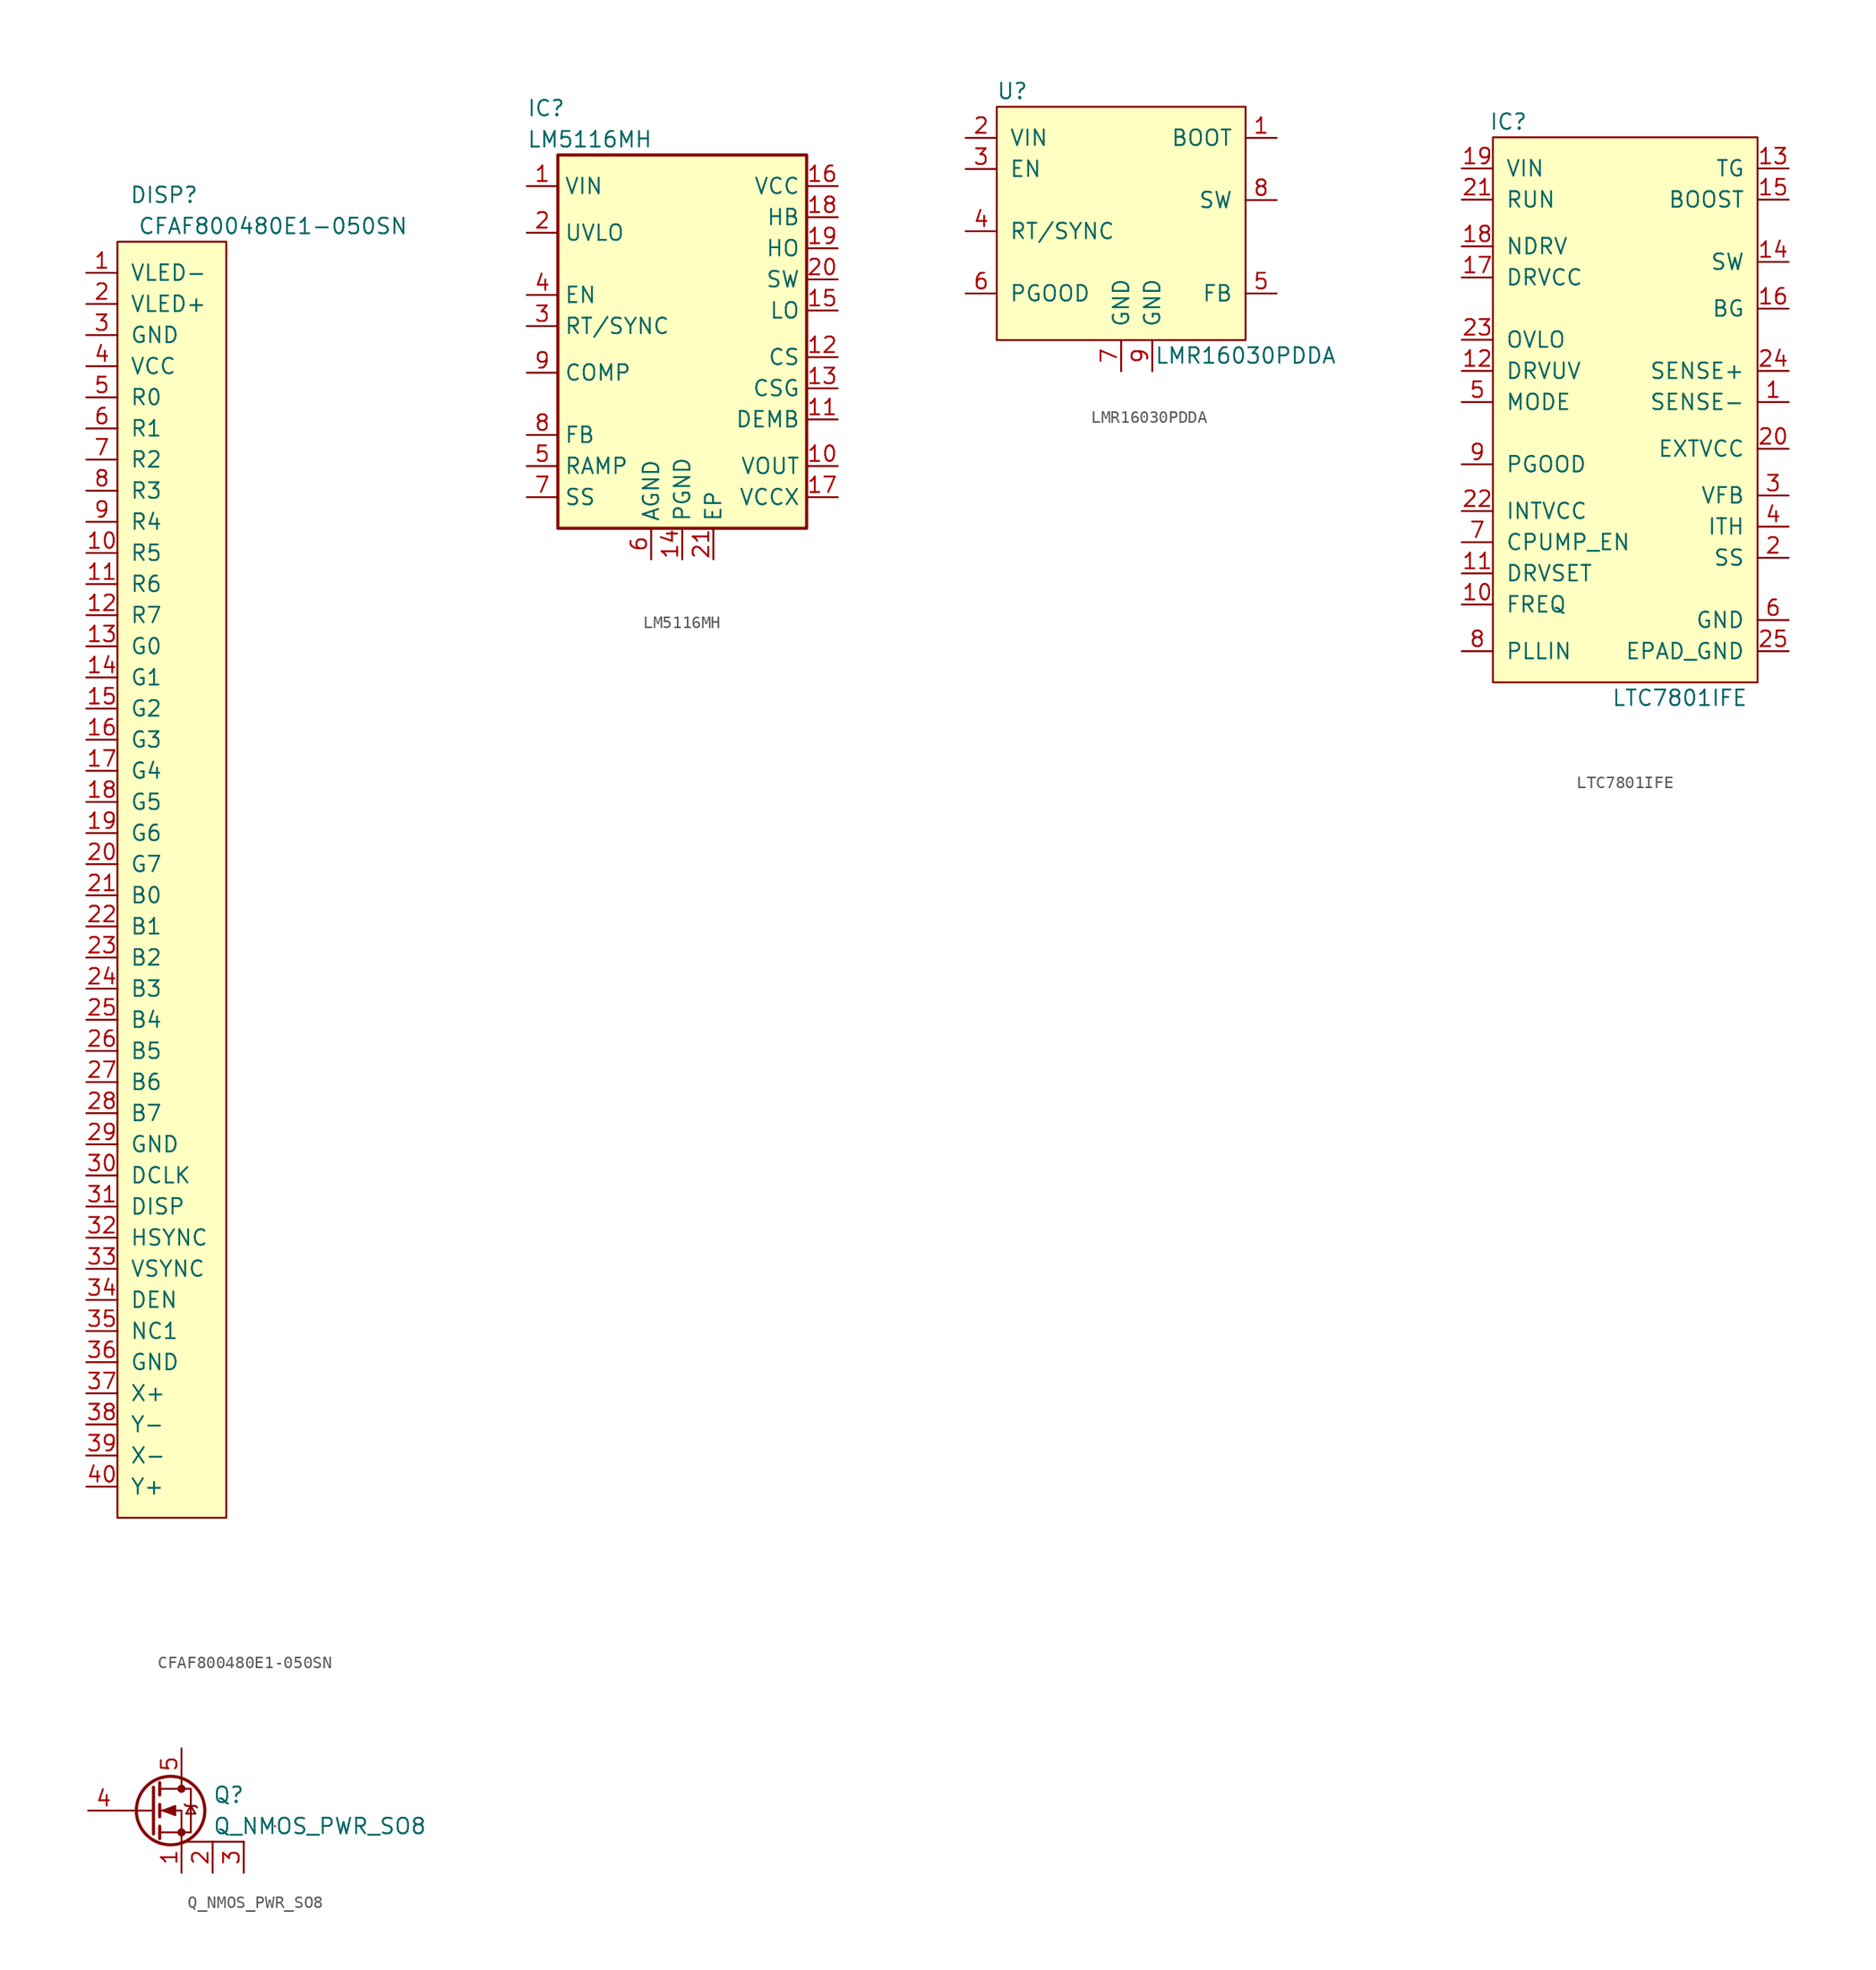
<source format=kicad_sym>
(kicad_symbol_lib
  (version 20241209)
  (generator "kicad_symbol_editor")
  (generator_version "9.0")
  (symbol "CFAF800480E1-050SN"
    (pin_names
      (offset 1.016))
    (property "Reference" "DISP"
      (at 1.27 55.88 0)
      (effects (font (size 1.27 1.27))))
    (property "Value" "CFAF800480E1-050SN"
      (at 10.16 53.34 0)
      (effects (font (size 1.27 1.27))))
    (symbol "CFAF800480E1-050SN_0_1"
      (rectangle (start -2.54 52.07) (end 6.35 -52.07) (stroke (width 0) (type solid)) (fill (type background))))
    (symbol "CFAF800480E1-050SN_1_1"
      (pin input line (at -5.08 49.53 0) (length 2.54) (name "VLED-" (effects (font (size 1.27 1.27)))) (number "1" (effects (font (size 1.27 1.27)))))
      (pin input line (at -5.08 46.99 0) (length 2.54) (name "VLED+" (effects (font (size 1.27 1.27)))) (number "2" (effects (font (size 1.27 1.27)))))
      (pin input line (at -5.08 44.45 0) (length 2.54) (name "GND" (effects (font (size 1.27 1.27)))) (number "3" (effects (font (size 1.27 1.27)))))
      (pin input line (at -5.08 41.91 0) (length 2.54) (name "VCC" (effects (font (size 1.27 1.27)))) (number "4" (effects (font (size 1.27 1.27)))))
      (pin input line (at -5.08 39.37 0) (length 2.54) (name "R0" (effects (font (size 1.27 1.27)))) (number "5" (effects (font (size 1.27 1.27)))))
      (pin input line (at -5.08 36.83 0) (length 2.54) (name "R1" (effects (font (size 1.27 1.27)))) (number "6" (effects (font (size 1.27 1.27)))))
      (pin input line (at -5.08 34.29 0) (length 2.54) (name "R2" (effects (font (size 1.27 1.27)))) (number "7" (effects (font (size 1.27 1.27)))))
      (pin input line (at -5.08 31.75 0) (length 2.54) (name "R3" (effects (font (size 1.27 1.27)))) (number "8" (effects (font (size 1.27 1.27)))))
      (pin input line (at -5.08 29.21 0) (length 2.54) (name "R4" (effects (font (size 1.27 1.27)))) (number "9" (effects (font (size 1.27 1.27)))))
      (pin input line (at -5.08 26.67 0) (length 2.54) (name "R5" (effects (font (size 1.27 1.27)))) (number "10" (effects (font (size 1.27 1.27)))))
      (pin input line (at -5.08 24.13 0) (length 2.54) (name "R6" (effects (font (size 1.27 1.27)))) (number "11" (effects (font (size 1.27 1.27)))))
      (pin input line (at -5.08 21.59 0) (length 2.54) (name "R7" (effects (font (size 1.27 1.27)))) (number "12" (effects (font (size 1.27 1.27)))))
      (pin input line (at -5.08 19.05 0) (length 2.54) (name "G0" (effects (font (size 1.27 1.27)))) (number "13" (effects (font (size 1.27 1.27)))))
      (pin input line (at -5.08 16.51 0) (length 2.54) (name "G1" (effects (font (size 1.27 1.27)))) (number "14" (effects (font (size 1.27 1.27)))))
      (pin input line (at -5.08 13.97 0) (length 2.54) (name "G2" (effects (font (size 1.27 1.27)))) (number "15" (effects (font (size 1.27 1.27)))))
      (pin input line (at -5.08 11.43 0) (length 2.54) (name "G3" (effects (font (size 1.27 1.27)))) (number "16" (effects (font (size 1.27 1.27)))))
      (pin input line (at -5.08 8.89 0) (length 2.54) (name "G4" (effects (font (size 1.27 1.27)))) (number "17" (effects (font (size 1.27 1.27)))))
      (pin input line (at -5.08 6.35 0) (length 2.54) (name "G5" (effects (font (size 1.27 1.27)))) (number "18" (effects (font (size 1.27 1.27)))))
      (pin input line (at -5.08 3.81 0) (length 2.54) (name "G6" (effects (font (size 1.27 1.27)))) (number "19" (effects (font (size 1.27 1.27)))))
      (pin input line (at -5.08 1.27 0) (length 2.54) (name "G7" (effects (font (size 1.27 1.27)))) (number "20" (effects (font (size 1.27 1.27)))))
      (pin input line (at -5.08 -1.27 0) (length 2.54) (name "B0" (effects (font (size 1.27 1.27)))) (number "21" (effects (font (size 1.27 1.27)))))
      (pin input line (at -5.08 -3.81 0) (length 2.54) (name "B1" (effects (font (size 1.27 1.27)))) (number "22" (effects (font (size 1.27 1.27)))))
      (pin input line (at -5.08 -6.35 0) (length 2.54) (name "B2" (effects (font (size 1.27 1.27)))) (number "23" (effects (font (size 1.27 1.27)))))
      (pin input line (at -5.08 -8.89 0) (length 2.54) (name "B3" (effects (font (size 1.27 1.27)))) (number "24" (effects (font (size 1.27 1.27)))))
      (pin input line (at -5.08 -11.43 0) (length 2.54) (name "B4" (effects (font (size 1.27 1.27)))) (number "25" (effects (font (size 1.27 1.27)))))
      (pin input line (at -5.08 -13.97 0) (length 2.54) (name "B5" (effects (font (size 1.27 1.27)))) (number "26" (effects (font (size 1.27 1.27)))))
      (pin input line (at -5.08 -16.51 0) (length 2.54) (name "B6" (effects (font (size 1.27 1.27)))) (number "27" (effects (font (size 1.27 1.27)))))
      (pin input line (at -5.08 -19.05 0) (length 2.54) (name "B7" (effects (font (size 1.27 1.27)))) (number "28" (effects (font (size 1.27 1.27)))))
      (pin input line (at -5.08 -21.59 0) (length 2.54) (name "GND" (effects (font (size 1.27 1.27)))) (number "29" (effects (font (size 1.27 1.27)))))
      (pin input line (at -5.08 -24.13 0) (length 2.54) (name "DCLK" (effects (font (size 1.27 1.27)))) (number "30" (effects (font (size 1.27 1.27)))))
      (pin input line (at -5.08 -26.67 0) (length 2.54) (name "DISP" (effects (font (size 1.27 1.27)))) (number "31" (effects (font (size 1.27 1.27)))))
      (pin input line (at -5.08 -29.21 0) (length 2.54) (name "HSYNC" (effects (font (size 1.27 1.27)))) (number "32" (effects (font (size 1.27 1.27)))))
      (pin input line (at -5.08 -31.75 0) (length 2.54) (name "VSYNC" (effects (font (size 1.27 1.27)))) (number "33" (effects (font (size 1.27 1.27)))))
      (pin input line (at -5.08 -34.29 0) (length 2.54) (name "DEN" (effects (font (size 1.27 1.27)))) (number "34" (effects (font (size 1.27 1.27)))))
      (pin input line (at -5.08 -36.83 0) (length 2.54) (name "NC1" (effects (font (size 1.27 1.27)))) (number "35" (effects (font (size 1.27 1.27)))))
      (pin input line (at -5.08 -39.37 0) (length 2.54) (name "GND" (effects (font (size 1.27 1.27)))) (number "36" (effects (font (size 1.27 1.27)))))
      (pin input line (at -5.08 -41.91 0) (length 2.54) (name "X+" (effects (font (size 1.27 1.27)))) (number "37" (effects (font (size 1.27 1.27)))))
      (pin input line (at -5.08 -44.45 0) (length 2.54) (name "Y-" (effects (font (size 1.27 1.27)))) (number "38" (effects (font (size 1.27 1.27)))))
      (pin input line (at -5.08 -46.99 0) (length 2.54) (name "X-" (effects (font (size 1.27 1.27)))) (number "39" (effects (font (size 1.27 1.27)))))
      (pin input line (at -5.08 -49.53 0) (length 2.54) (name "Y+" (effects (font (size 1.27 1.27)))) (number "40" (effects (font (size 1.27 1.27)))))))
  (symbol "LM5116MH"
    (property "Reference" "IC"
      (at -12.7 19.05 0)
      (effects (font (size 1.27 1.27)) (justify left)))
    (property "Value" "LM5116MH"
      (at -12.7 16.51 0)
      (effects (font (size 1.27 1.27)) (justify left)))
    (symbol "LM5116MH_0_1"
      (rectangle (start -10.16 15.24) (end 10.16 -15.24) (stroke (width 0.254) (type solid)) (fill (type background))))
    (symbol "LM5116MH_1_1"
      (pin power_in line (at -12.7 12.7 0) (length 2.54) (name "VIN" (effects (font (size 1.27 1.27)))) (number "1" (effects (font (size 1.27 1.27)))))
      (pin input line (at -12.7 8.89 0) (length 2.54) (name "UVLO" (effects (font (size 1.27 1.27)))) (number "2" (effects (font (size 1.27 1.27)))))
      (pin input line (at -12.7 3.81 0) (length 2.54) (name "EN" (effects (font (size 1.27 1.27)))) (number "4" (effects (font (size 1.27 1.27)))))
      (pin passive line (at -12.7 1.27 0) (length 2.54) (name "RT/SYNC" (effects (font (size 1.27 1.27)))) (number "3" (effects (font (size 1.27 1.27)))))
      (pin output line (at -12.7 -2.54 0) (length 2.54) (name "COMP" (effects (font (size 1.27 1.27)))) (number "9" (effects (font (size 1.27 1.27)))))
      (pin input line (at -12.7 -7.62 0) (length 2.54) (name "FB" (effects (font (size 1.27 1.27)))) (number "8" (effects (font (size 1.27 1.27)))))
      (pin passive line (at -12.7 -10.16 0) (length 2.54) (name "RAMP" (effects (font (size 1.27 1.27)))) (number "5" (effects (font (size 1.27 1.27)))))
      (pin passive line (at -12.7 -12.7 0) (length 2.54) (name "SS" (effects (font (size 1.27 1.27)))) (number "7" (effects (font (size 1.27 1.27)))))
      (pin power_in line (at -2.54 -17.78 90) (length 2.54) (name "AGND" (effects (font (size 1.27 1.27)))) (number "6" (effects (font (size 1.27 1.27)))))
      (pin power_in line (at 0 -17.78 90) (length 2.54) (name "PGND" (effects (font (size 1.27 1.27)))) (number "14" (effects (font (size 1.27 1.27)))))
      (pin passive line (at 2.54 -17.78 90) (length 2.54) (name "EP" (effects (font (size 1.27 1.27)))) (number "21" (effects (font (size 1.27 1.27)))))
      (pin power_out line (at 12.7 12.7 180) (length 2.54) (name "VCC" (effects (font (size 1.27 1.27)))) (number "16" (effects (font (size 1.27 1.27)))))
      (pin passive line (at 12.7 10.16 180) (length 2.54) (name "HB" (effects (font (size 1.27 1.27)))) (number "18" (effects (font (size 1.27 1.27)))))
      (pin output line (at 12.7 7.62 180) (length 2.54) (name "HO" (effects (font (size 1.27 1.27)))) (number "19" (effects (font (size 1.27 1.27)))))
      (pin passive line (at 12.7 5.08 180) (length 2.54) (name "SW" (effects (font (size 1.27 1.27)))) (number "20" (effects (font (size 1.27 1.27)))))
      (pin output line (at 12.7 2.54 180) (length 2.54) (name "LO" (effects (font (size 1.27 1.27)))) (number "15" (effects (font (size 1.27 1.27)))))
      (pin input line (at 12.7 -1.27 180) (length 2.54) (name "CS" (effects (font (size 1.27 1.27)))) (number "12" (effects (font (size 1.27 1.27)))))
      (pin input line (at 12.7 -3.81 180) (length 2.54) (name "CSG" (effects (font (size 1.27 1.27)))) (number "13" (effects (font (size 1.27 1.27)))))
      (pin input line (at 12.7 -6.35 180) (length 2.54) (name "DEMB" (effects (font (size 1.27 1.27)))) (number "11" (effects (font (size 1.27 1.27)))))
      (pin input line (at 12.7 -10.16 180) (length 2.54) (name "VOUT" (effects (font (size 1.27 1.27)))) (number "10" (effects (font (size 1.27 1.27)))))
      (pin power_in line (at 12.7 -12.7 180) (length 2.54) (name "VCCX" (effects (font (size 1.27 1.27)))) (number "17" (effects (font (size 1.27 1.27)))))))
  (symbol "LMR16030PDDA"
    (pin_names
      (offset 1.016))
    (property "Reference" "U"
      (at -6.35 12.7 0)
      (effects (font (size 1.27 1.27))))
    (property "Value" "LMR16030PDDA"
      (at 12.7 -8.89 0)
      (effects (font (size 1.27 1.27))))
    (symbol "LMR16030PDDA_0_1"
      (rectangle (start -7.62 11.43) (end 12.7 -7.62) (stroke (width 0) (type solid)) (fill (type background))))
    (symbol "LMR16030PDDA_1_1"
      (pin input line (at -10.16 8.89 0) (length 2.54) (name "VIN" (effects (font (size 1.27 1.27)))) (number "2" (effects (font (size 1.27 1.27)))))
      (pin input line (at -10.16 6.35 0) (length 2.54) (name "EN" (effects (font (size 1.27 1.27)))) (number "3" (effects (font (size 1.27 1.27)))))
      (pin input line (at -10.16 1.27 0) (length 2.54) (name "RT/SYNC" (effects (font (size 1.27 1.27)))) (number "4" (effects (font (size 1.27 1.27)))))
      (pin input line (at -10.16 -3.81 0) (length 2.54) (name "PGOOD" (effects (font (size 1.27 1.27)))) (number "6" (effects (font (size 1.27 1.27)))))
      (pin input line (at 2.54 -10.16 90) (length 2.54) (name "GND" (effects (font (size 1.27 1.27)))) (number "7" (effects (font (size 1.27 1.27)))))
      (pin input line (at 5.08 -10.16 90) (length 2.54) (name "GND" (effects (font (size 1.27 1.27)))) (number "9" (effects (font (size 1.27 1.27)))))
      (pin input line (at 15.24 8.89 180) (length 2.54) (name "BOOT" (effects (font (size 1.27 1.27)))) (number "1" (effects (font (size 1.27 1.27)))))
      (pin input line (at 15.24 3.81 180) (length 2.54) (name "SW" (effects (font (size 1.27 1.27)))) (number "8" (effects (font (size 1.27 1.27)))))
      (pin input line (at 15.24 -3.81 180) (length 2.54) (name "FB" (effects (font (size 1.27 1.27)))) (number "5" (effects (font (size 1.27 1.27)))))))
  (symbol "LTC7801IFE"
    (pin_names
      (offset 1.016))
    (property "Reference" "IC"
      (at -10.16 24.13 0)
      (effects (font (size 1.27 1.27))))
    (property "Value" "LTC7801IFE"
      (at 3.81 -22.86 0)
      (effects (font (size 1.27 1.27))))
    (symbol "LTC7801IFE_0_1"
      (rectangle (start -11.43 22.86) (end 10.16 -21.59) (stroke (width 0) (type solid)) (fill (type background))))
    (symbol "LTC7801IFE_1_1"
      (pin input line (at -13.97 20.32 0) (length 2.54) (name "VIN" (effects (font (size 1.27 1.27)))) (number "19" (effects (font (size 1.27 1.27)))))
      (pin input line (at -13.97 17.78 0) (length 2.54) (name "RUN" (effects (font (size 1.27 1.27)))) (number "21" (effects (font (size 1.27 1.27)))))
      (pin input line (at -13.97 13.97 0) (length 2.54) (name "NDRV" (effects (font (size 1.27 1.27)))) (number "18" (effects (font (size 1.27 1.27)))))
      (pin input line (at -13.97 11.43 0) (length 2.54) (name "DRVCC" (effects (font (size 1.27 1.27)))) (number "17" (effects (font (size 1.27 1.27)))))
      (pin input line (at -13.97 6.35 0) (length 2.54) (name "OVLO" (effects (font (size 1.27 1.27)))) (number "23" (effects (font (size 1.27 1.27)))))
      (pin input line (at -13.97 3.81 0) (length 2.54) (name "DRVUV" (effects (font (size 1.27 1.27)))) (number "12" (effects (font (size 1.27 1.27)))))
      (pin input line (at -13.97 1.27 0) (length 2.54) (name "MODE" (effects (font (size 1.27 1.27)))) (number "5" (effects (font (size 1.27 1.27)))))
      (pin input line (at -13.97 -3.81 0) (length 2.54) (name "PGOOD" (effects (font (size 1.27 1.27)))) (number "9" (effects (font (size 1.27 1.27)))))
      (pin input line (at -13.97 -7.62 0) (length 2.54) (name "INTVCC" (effects (font (size 1.27 1.27)))) (number "22" (effects (font (size 1.27 1.27)))))
      (pin input line (at -13.97 -10.16 0) (length 2.54) (name "CPUMP_EN" (effects (font (size 1.27 1.27)))) (number "7" (effects (font (size 1.27 1.27)))))
      (pin input line (at -13.97 -12.7 0) (length 2.54) (name "DRVSET" (effects (font (size 1.27 1.27)))) (number "11" (effects (font (size 1.27 1.27)))))
      (pin input line (at -13.97 -15.24 0) (length 2.54) (name "FREQ" (effects (font (size 1.27 1.27)))) (number "10" (effects (font (size 1.27 1.27)))))
      (pin input line (at -13.97 -19.05 0) (length 2.54) (name "PLLIN" (effects (font (size 1.27 1.27)))) (number "8" (effects (font (size 1.27 1.27)))))
      (pin input line (at 12.7 20.32 180) (length 2.54) (name "TG" (effects (font (size 1.27 1.27)))) (number "13" (effects (font (size 1.27 1.27)))))
      (pin input line (at 12.7 17.78 180) (length 2.54) (name "BOOST" (effects (font (size 1.27 1.27)))) (number "15" (effects (font (size 1.27 1.27)))))
      (pin input line (at 12.7 12.7 180) (length 2.54) (name "SW" (effects (font (size 1.27 1.27)))) (number "14" (effects (font (size 1.27 1.27)))))
      (pin input line (at 12.7 8.89 180) (length 2.54) (name "BG" (effects (font (size 1.27 1.27)))) (number "16" (effects (font (size 1.27 1.27)))))
      (pin input line (at 12.7 3.81 180) (length 2.54) (name "SENSE+" (effects (font (size 1.27 1.27)))) (number "24" (effects (font (size 1.27 1.27)))))
      (pin input line (at 12.7 1.27 180) (length 2.54) (name "SENSE-" (effects (font (size 1.27 1.27)))) (number "1" (effects (font (size 1.27 1.27)))))
      (pin input line (at 12.7 -2.54 180) (length 2.54) (name "EXTVCC" (effects (font (size 1.27 1.27)))) (number "20" (effects (font (size 1.27 1.27)))))
      (pin input line (at 12.7 -6.35 180) (length 2.54) (name "VFB" (effects (font (size 1.27 1.27)))) (number "3" (effects (font (size 1.27 1.27)))))
      (pin input line (at 12.7 -8.89 180) (length 2.54) (name "ITH" (effects (font (size 1.27 1.27)))) (number "4" (effects (font (size 1.27 1.27)))))
      (pin input line (at 12.7 -11.43 180) (length 2.54) (name "SS" (effects (font (size 1.27 1.27)))) (number "2" (effects (font (size 1.27 1.27)))))
      (pin input line (at 12.7 -16.51 180) (length 2.54) (name "GND" (effects (font (size 1.27 1.27)))) (number "6" (effects (font (size 1.27 1.27)))))
      (pin input line (at 12.7 -19.05 180) (length 2.54) (name "EPAD_GND" (effects (font (size 1.27 1.27)))) (number "25" (effects (font (size 1.27 1.27)))))))
  (symbol "Q_NMOS_PWR_SO8"
    (pin_names
      (offset 0)
      (hide yes))
    (property "Reference" "Q"
      (at 5.08 1.27 0)
      (effects (font (size 1.27 1.27)) (justify left)))
    (property "Value" "Q_NMOS_PWR_SO8"
      (at 5.08 -1.27 0)
      (effects (font (size 1.27 1.27)) (justify left)))
    (symbol "Q_NMOS_PWR_SO8_0_1"
      (polyline (pts (xy 0.254 1.905) (xy 0.254 -1.905)) (stroke (width 0.254) (type solid)) (fill (type none)))
      (polyline (pts (xy 0.254 0) (xy -2.54 0)) (stroke (width 0) (type solid)) (fill (type none)))
      (polyline (pts (xy 0.762 2.286) (xy 0.762 1.27)) (stroke (width 0.254) (type solid)) (fill (type none)))
      (polyline (pts (xy 0.762 0.508) (xy 0.762 -0.508)) (stroke (width 0.254) (type solid)) (fill (type none)))
      (polyline (pts (xy 0.762 -1.27) (xy 0.762 -2.286)) (stroke (width 0.254) (type solid)) (fill (type none)))
      (polyline (pts (xy 0.762 -1.778) (xy 3.302 -1.778) (xy 3.302 1.778) (xy 0.762 1.778)) (stroke (width 0) (type solid)) (fill (type none)))
      (polyline (pts (xy 1.016 0) (xy 2.032 0.381) (xy 2.032 -0.381) (xy 1.016 0)) (stroke (width 0) (type solid)) (fill (type outline)))
      (circle (center 1.651 0) (radius 2.794) (stroke (width 0.254) (type solid)) (fill (type none)))
      (polyline (pts (xy 2.54 2.54) (xy 2.54 1.778)) (stroke (width 0) (type solid)) (fill (type none)))
      (circle (center 2.54 1.778) (radius 0.254) (stroke (width 0) (type solid)) (fill (type outline)))
      (circle (center 2.54 -1.778) (radius 0.254) (stroke (width 0) (type solid)) (fill (type outline)))
      (polyline (pts (xy 2.54 -2.54) (xy 7.62 -2.54)) (stroke (width 0) (type solid)) (fill (type none)))
      (polyline (pts (xy 2.54 -2.54) (xy 2.54 0) (xy 0.762 0)) (stroke (width 0) (type solid)) (fill (type none)))
      (polyline (pts (xy 2.794 0.508) (xy 2.921 0.381) (xy 3.683 0.381) (xy 3.81 0.254)) (stroke (width 0) (type solid)) (fill (type none)))
      (polyline (pts (xy 3.302 0.381) (xy 2.921 -0.254) (xy 3.683 -0.254) (xy 3.302 0.381)) (stroke (width 0) (type solid)) (fill (type none)))
      (polyline (pts (xy 10.16 -1.27) (xy 10.16 -1.27)) (stroke (width 0) (type solid)) (fill (type none))))
    (symbol "Q_NMOS_PWR_SO8_1_1"
      (pin input line (at -5.08 0 0) (length 2.54) (name "G" (effects (font (size 1.27 1.27)))) (number "4" (effects (font (size 1.27 1.27)))))
      (pin passive line (at 2.54 5.08 270) (length 2.54) (name "D" (effects (font (size 1.27 1.27)))) (number "5" (effects (font (size 1.27 1.27)))))
      (pin passive line (at 2.54 -5.08 90) (length 2.54) (name "S1" (effects (font (size 1.27 1.27)))) (number "1" (effects (font (size 1.27 1.27)))))
      (pin passive line (at 5.08 -5.08 90) (length 2.54) (name "S2" (effects (font (size 1.27 1.27)))) (number "2" (effects (font (size 1.27 1.27)))))
      (pin passive line (at 7.62 -5.08 90) (length 2.54) (name "S" (effects (font (size 1.27 1.27)))) (number "3" (effects (font (size 1.27 1.27))))))))
</source>
